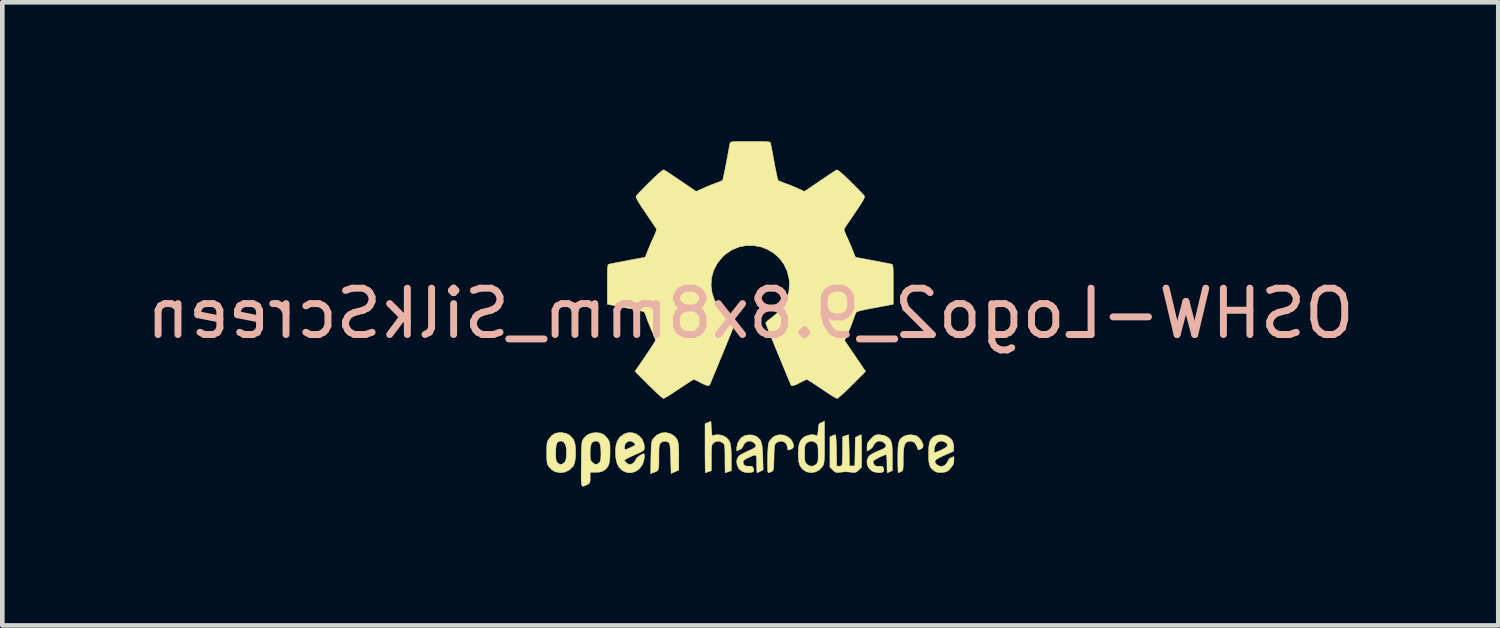
<source format=kicad_pcb>
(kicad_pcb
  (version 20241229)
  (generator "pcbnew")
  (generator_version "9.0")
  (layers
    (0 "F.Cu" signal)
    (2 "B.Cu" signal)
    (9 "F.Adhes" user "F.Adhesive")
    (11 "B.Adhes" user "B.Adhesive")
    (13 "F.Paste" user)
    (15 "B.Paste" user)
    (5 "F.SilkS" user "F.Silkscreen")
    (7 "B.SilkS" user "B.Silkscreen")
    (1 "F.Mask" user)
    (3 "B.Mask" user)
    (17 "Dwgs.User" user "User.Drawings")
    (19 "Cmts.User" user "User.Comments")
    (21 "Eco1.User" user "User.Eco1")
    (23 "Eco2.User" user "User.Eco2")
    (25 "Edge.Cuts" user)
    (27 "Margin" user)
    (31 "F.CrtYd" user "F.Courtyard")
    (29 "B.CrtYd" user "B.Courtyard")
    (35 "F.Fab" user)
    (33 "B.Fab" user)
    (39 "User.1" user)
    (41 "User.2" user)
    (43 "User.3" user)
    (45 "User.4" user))
  (footprint "OSHW-Logo2_9.8x8mm_SilkScreen"
    (layer "F.Cu")
    (at 13.149 3.717)
    (property "Reference" "OSHW-Logo2_9.8x8mm_SilkScreen" (at 0 0 0) (layer "B.SilkS") (effects (font (size 1 1) (thickness 0.15)) (justify mirror)))
    (attr exclude_from_pos_files exclude_from_bom)
    (fp_poly (pts (xy 3.571 2.637) (xy 3.594 2.647) (xy 3.65 2.691) (xy 3.698 2.755) (xy 3.727 2.823) (xy 3.732 2.857) (xy 3.716 2.904) (xy 3.68 2.928) (xy 3.643 2.943) (xy 3.625 2.946) (xy 3.617 2.926) (xy 3.6 2.882) (xy 3.593 2.863) (xy 3.552 2.794) (xy 3.493 2.76) (xy 3.417 2.761) (xy 3.411 2.763) (xy 3.37 2.782) (xy 3.34 2.819) (xy 3.32 2.88) (xy 3.308 2.968) (xy 3.303 3.088) (xy 3.302 3.152) (xy 3.302 3.252) (xy 3.3 3.321) (xy 3.296 3.365) (xy 3.287 3.39) (xy 3.274 3.405) (xy 3.253 3.416) (xy 3.252 3.416) (xy 3.213 3.433) (xy 3.194 3.439) (xy 3.191 3.42) (xy 3.188 3.369) (xy 3.186 3.292) (xy 3.185 3.196) (xy 3.185 3.125) (xy 3.186 2.989) (xy 3.19 2.885) (xy 3.2 2.808) (xy 3.216 2.752) (xy 3.24 2.711) (xy 3.274 2.679) (xy 3.308 2.656) (xy 3.388 2.626) (xy 3.482 2.62) (xy 3.571 2.637)) (stroke (width 0.01) (type solid)) (fill yes) (layer "F.SilkS"))
    (fp_poly (pts (xy -1.728 2.595) (xy -1.666 2.631) (xy -1.622 2.667) (xy -1.59 2.705) (xy -1.568 2.751) (xy -1.554 2.812) (xy -1.547 2.895) (xy -1.544 3.007) (xy -1.544 3.087) (xy -1.544 3.382) (xy -1.71 3.457) (xy -1.719 3.133) (xy -1.723 3.013) (xy -1.728 2.925) (xy -1.733 2.865) (xy -1.74 2.825) (xy -1.75 2.801) (xy -1.763 2.786) (xy -1.767 2.783) (xy -1.831 2.757) (xy -1.896 2.767) (xy -1.934 2.794) (xy -1.95 2.813) (xy -1.961 2.838) (xy -1.968 2.876) (xy -1.972 2.934) (xy -1.973 3.018) (xy -1.973 3.106) (xy -1.973 3.216) (xy -1.975 3.294) (xy -1.982 3.347) (xy -1.995 3.381) (xy -2.018 3.404) (xy -2.053 3.421) (xy -2.1 3.439) (xy -2.152 3.458) (xy -2.146 3.111) (xy -2.143 2.986) (xy -2.14 2.894) (xy -2.136 2.828) (xy -2.13 2.781) (xy -2.121 2.748) (xy -2.108 2.722) (xy -2.092 2.699) (xy -2.018 2.625) (xy -1.926 2.582) (xy -1.827 2.571) (xy -1.728 2.595)) (stroke (width 0.01) (type solid)) (fill yes) (layer "F.SilkS"))
    (fp_poly (pts (xy 0.713 2.625) (xy 0.802 2.657) (xy 0.874 2.715) (xy 0.902 2.756) (xy 0.933 2.831) (xy 0.932 2.885) (xy 0.9 2.921) (xy 0.888 2.928) (xy 0.837 2.947) (xy 0.81 2.942) (xy 0.802 2.91) (xy 0.801 2.892) (xy 0.785 2.826) (xy 0.742 2.78) (xy 0.683 2.758) (xy 0.617 2.763) (xy 0.564 2.792) (xy 0.546 2.809) (xy 0.533 2.829) (xy 0.524 2.859) (xy 0.519 2.907) (xy 0.515 2.978) (xy 0.512 3.08) (xy 0.511 3.112) (xy 0.509 3.222) (xy 0.506 3.3) (xy 0.501 3.351) (xy 0.494 3.383) (xy 0.483 3.401) (xy 0.467 3.412) (xy 0.457 3.417) (xy 0.413 3.433) (xy 0.388 3.439) (xy 0.379 3.421) (xy 0.374 3.365) (xy 0.372 3.272) (xy 0.374 3.141) (xy 0.374 3.121) (xy 0.377 3.002) (xy 0.381 2.914) (xy 0.386 2.853) (xy 0.393 2.809) (xy 0.404 2.778) (xy 0.419 2.751) (xy 0.427 2.74) (xy 0.472 2.69) (xy 0.522 2.651) (xy 0.528 2.647) (xy 0.618 2.62) (xy 0.713 2.625)) (stroke (width 0.01) (type solid)) (fill yes) (layer "F.SilkS"))
    (fp_poly (pts (xy -0.84 2.492) (xy -0.834 2.572) (xy -0.828 2.619) (xy -0.819 2.64) (xy -0.805 2.64) (xy -0.801 2.637) (xy -0.744 2.62) (xy -0.669 2.621) (xy -0.593 2.639) (xy -0.545 2.663) (xy -0.496 2.7) (xy -0.461 2.743) (xy -0.436 2.797) (xy -0.421 2.869) (xy -0.413 2.966) (xy -0.41 3.095) (xy -0.41 3.119) (xy -0.41 3.396) (xy -0.472 3.417) (xy -0.516 3.432) (xy -0.54 3.439) (xy -0.54 3.439) (xy -0.543 3.42) (xy -0.545 3.37) (xy -0.546 3.293) (xy -0.547 3.197) (xy -0.547 3.139) (xy -0.547 3.025) (xy -0.549 2.943) (xy -0.552 2.886) (xy -0.558 2.849) (xy -0.568 2.825) (xy -0.583 2.806) (xy -0.592 2.797) (xy -0.655 2.761) (xy -0.724 2.759) (xy -0.786 2.789) (xy -0.798 2.8) (xy -0.815 2.821) (xy -0.826 2.845) (xy -0.834 2.881) (xy -0.838 2.934) (xy -0.84 3.012) (xy -0.84 3.121) (xy -0.84 3.396) (xy -0.902 3.417) (xy -0.945 3.432) (xy -0.969 3.439) (xy -0.97 3.439) (xy -0.972 3.42) (xy -0.974 3.367) (xy -0.975 3.286) (xy -0.976 3.18) (xy -0.977 3.055) (xy -0.977 2.916) (xy -0.977 2.382) (xy -0.85 2.328) (xy -0.84 2.492)) (stroke (width 0.01) (type solid)) (fill yes) (layer "F.SilkS"))
    (fp_poly (pts (xy 2.396 2.637) (xy 2.399 2.688) (xy 2.401 2.766) (xy 2.403 2.865) (xy 2.403 2.968) (xy 2.403 3.319) (xy 2.341 3.38) (xy 2.299 3.418) (xy 2.261 3.434) (xy 2.21 3.433) (xy 2.19 3.43) (xy 2.127 3.423) (xy 2.074 3.419) (xy 2.061 3.419) (xy 2.018 3.421) (xy 1.957 3.427) (xy 1.933 3.43) (xy 1.874 3.435) (xy 1.834 3.425) (xy 1.795 3.394) (xy 1.781 3.38) (xy 1.719 3.319) (xy 1.719 2.664) (xy 1.769 2.641) (xy 1.812 2.624) (xy 1.837 2.618) (xy 1.844 2.637) (xy 1.85 2.689) (xy 1.855 2.768) (xy 1.859 2.87) (xy 1.861 2.955) (xy 1.866 3.292) (xy 1.913 3.299) (xy 1.955 3.294) (xy 1.976 3.279) (xy 1.982 3.251) (xy 1.987 3.192) (xy 1.99 3.108) (xy 1.992 3.009) (xy 1.993 2.957) (xy 1.993 2.661) (xy 2.054 2.64) (xy 2.098 2.625) (xy 2.122 2.618) (xy 2.122 2.618) (xy 2.125 2.637) (xy 2.127 2.688) (xy 2.13 2.766) (xy 2.132 2.864) (xy 2.134 2.955) (xy 2.139 3.292) (xy 2.257 3.292) (xy 2.262 2.985) (xy 2.267 2.677) (xy 2.325 2.648) (xy 2.367 2.627) (xy 2.392 2.618) (xy 2.392 2.618) (xy 2.396 2.637)) (stroke (width 0.01) (type solid)) (fill yes) (layer "F.SilkS"))
    (fp_poly (pts (xy -3.983 2.587) (xy -3.892 2.635) (xy -3.824 2.713) (xy -3.8 2.763) (xy -3.781 2.838) (xy -3.772 2.932) (xy -3.771 3.035) (xy -3.778 3.136) (xy -3.793 3.223) (xy -3.815 3.286) (xy -3.822 3.297) (xy -3.903 3.377) (xy -4 3.425) (xy -4.104 3.439) (xy -4.21 3.418) (xy -4.239 3.405) (xy -4.297 3.364) (xy -4.347 3.311) (xy -4.352 3.304) (xy -4.371 3.271) (xy -4.384 3.236) (xy -4.391 3.19) (xy -4.395 3.125) (xy -4.396 3.03) (xy -4.396 3.009) (xy -4.396 3.002) (xy -4.201 3.002) (xy -4.2 3.091) (xy -4.195 3.151) (xy -4.186 3.189) (xy -4.17 3.215) (xy -4.162 3.224) (xy -4.115 3.257) (xy -4.07 3.256) (xy -4.024 3.227) (xy -3.996 3.196) (xy -3.98 3.151) (xy -3.971 3.079) (xy -3.97 3.071) (xy -3.969 2.942) (xy -3.985 2.846) (xy -4.019 2.784) (xy -4.07 2.756) (xy -4.088 2.755) (xy -4.136 2.763) (xy -4.169 2.789) (xy -4.189 2.839) (xy -4.199 2.919) (xy -4.201 3.002) (xy -4.396 3.002) (xy -4.395 2.908) (xy -4.392 2.838) (xy -4.386 2.789) (xy -4.374 2.753) (xy -4.356 2.722) (xy -4.352 2.716) (xy -4.286 2.636) (xy -4.213 2.59) (xy -4.125 2.572) (xy -4.095 2.571) (xy -3.983 2.587)) (stroke (width 0.01) (type solid)) (fill yes) (layer "F.SilkS"))
    (fp_poly (pts (xy 4.245 2.648) (xy 4.323 2.698) (xy 4.36 2.744) (xy 4.389 2.826) (xy 4.392 2.891) (xy 4.386 2.977) (xy 4.186 3.065) (xy 4.089 3.11) (xy 4.025 3.146) (xy 3.992 3.177) (xy 3.986 3.207) (xy 4.005 3.241) (xy 4.025 3.263) (xy 4.084 3.298) (xy 4.148 3.301) (xy 4.207 3.273) (xy 4.25 3.218) (xy 4.258 3.199) (xy 4.295 3.138) (xy 4.338 3.113) (xy 4.396 3.09) (xy 4.396 3.174) (xy 4.391 3.231) (xy 4.371 3.279) (xy 4.328 3.334) (xy 4.322 3.342) (xy 4.275 3.391) (xy 4.234 3.417) (xy 4.183 3.429) (xy 4.141 3.433) (xy 4.066 3.434) (xy 4.012 3.421) (xy 3.979 3.403) (xy 3.926 3.362) (xy 3.89 3.318) (xy 3.867 3.262) (xy 3.854 3.187) (xy 3.85 3.084) (xy 3.849 3.032) (xy 3.851 2.97) (xy 3.968 2.97) (xy 3.97 3.003) (xy 3.973 3.009) (xy 3.996 3.001) (xy 4.044 2.982) (xy 4.109 2.954) (xy 4.122 2.948) (xy 4.204 2.906) (xy 4.249 2.87) (xy 4.259 2.835) (xy 4.236 2.801) (xy 4.216 2.785) (xy 4.145 2.755) (xy 4.079 2.76) (xy 4.024 2.797) (xy 3.986 2.863) (xy 3.973 2.916) (xy 3.968 2.97) (xy 3.851 2.97) (xy 3.852 2.911) (xy 3.861 2.821) (xy 3.879 2.755) (xy 3.909 2.707) (xy 3.953 2.669) (xy 3.972 2.656) (xy 4.059 2.624) (xy 4.154 2.622) (xy 4.245 2.648)) (stroke (width 0.01) (type solid)) (fill yes) (layer "F.SilkS"))
    (fp_poly (pts (xy 1.602 2.78) (xy 1.602 2.926) (xy 1.601 3.039) (xy 1.599 3.123) (xy 1.595 3.184) (xy 1.59 3.227) (xy 1.582 3.259) (xy 1.571 3.283) (xy 1.563 3.297) (xy 1.497 3.373) (xy 1.412 3.421) (xy 1.319 3.438) (xy 1.226 3.423) (xy 1.17 3.394) (xy 1.112 3.346) (xy 1.072 3.286) (xy 1.048 3.209) (xy 1.037 3.105) (xy 1.036 3.028) (xy 1.036 3.023) (xy 1.172 3.023) (xy 1.173 3.11) (xy 1.177 3.168) (xy 1.186 3.206) (xy 1.201 3.233) (xy 1.22 3.254) (xy 1.283 3.294) (xy 1.351 3.297) (xy 1.415 3.264) (xy 1.42 3.26) (xy 1.441 3.236) (xy 1.455 3.208) (xy 1.462 3.167) (xy 1.465 3.102) (xy 1.465 3.031) (xy 1.464 2.942) (xy 1.46 2.882) (xy 1.451 2.843) (xy 1.436 2.815) (xy 1.423 2.8) (xy 1.364 2.763) (xy 1.295 2.758) (xy 1.23 2.787) (xy 1.218 2.797) (xy 1.196 2.821) (xy 1.183 2.849) (xy 1.176 2.891) (xy 1.173 2.956) (xy 1.172 3.023) (xy 1.036 3.023) (xy 1.04 2.906) (xy 1.056 2.814) (xy 1.087 2.744) (xy 1.134 2.69) (xy 1.17 2.663) (xy 1.237 2.633) (xy 1.314 2.619) (xy 1.386 2.622) (xy 1.426 2.637) (xy 1.442 2.642) (xy 1.453 2.626) (xy 1.46 2.583) (xy 1.465 2.518) (xy 1.471 2.446) (xy 1.48 2.402) (xy 1.495 2.377) (xy 1.522 2.361) (xy 1.539 2.354) (xy 1.602 2.327) (xy 1.602 2.78)) (stroke (width 0.01) (type solid)) (fill yes) (layer "F.SilkS"))
    (fp_poly (pts (xy -2.466 2.6) (xy -2.389 2.652) (xy -2.329 2.726) (xy -2.294 2.822) (xy -2.286 2.892) (xy -2.287 2.921) (xy -2.294 2.943) (xy -2.313 2.963) (xy -2.35 2.986) (xy -2.41 3.015) (xy -2.5 3.055) (xy -2.501 3.055) (xy -2.584 3.093) (xy -2.652 3.127) (xy -2.698 3.153) (xy -2.716 3.167) (xy -2.716 3.167) (xy -2.701 3.199) (xy -2.665 3.233) (xy -2.624 3.258) (xy -2.603 3.263) (xy -2.546 3.246) (xy -2.497 3.203) (xy -2.474 3.156) (xy -2.451 3.122) (xy -2.406 3.082) (xy -2.353 3.048) (xy -2.306 3.029) (xy -2.297 3.028) (xy -2.286 3.045) (xy -2.285 3.088) (xy -2.293 3.146) (xy -2.308 3.207) (xy -2.329 3.261) (xy -2.33 3.264) (xy -2.392 3.351) (xy -2.473 3.41) (xy -2.565 3.439) (xy -2.66 3.436) (xy -2.752 3.397) (xy -2.756 3.395) (xy -2.828 3.33) (xy -2.875 3.245) (xy -2.901 3.133) (xy -2.905 3.102) (xy -2.911 2.954) (xy -2.903 2.884) (xy -2.716 2.884) (xy -2.713 2.928) (xy -2.7 2.94) (xy -2.667 2.931) (xy -2.615 2.908) (xy -2.556 2.881) (xy -2.555 2.88) (xy -2.505 2.854) (xy -2.485 2.836) (xy -2.49 2.818) (xy -2.511 2.794) (xy -2.563 2.759) (xy -2.62 2.757) (xy -2.671 2.782) (xy -2.706 2.831) (xy -2.716 2.884) (xy -2.903 2.884) (xy -2.898 2.835) (xy -2.865 2.741) (xy -2.82 2.675) (xy -2.737 2.609) (xy -2.646 2.576) (xy -2.554 2.574) (xy -2.466 2.6)) (stroke (width 0.01) (type solid)) (fill yes) (layer "F.SilkS"))
    (fp_poly (pts (xy 0.054 2.626) (xy 0.13 2.655) (xy 0.131 2.655) (xy 0.178 2.69) (xy 0.213 2.731) (xy 0.238 2.784) (xy 0.254 2.856) (xy 0.264 2.953) (xy 0.27 3.082) (xy 0.27 3.1) (xy 0.277 3.377) (xy 0.218 3.408) (xy 0.175 3.429) (xy 0.149 3.439) (xy 0.148 3.439) (xy 0.143 3.421) (xy 0.139 3.372) (xy 0.137 3.3) (xy 0.137 3.242) (xy 0.137 3.148) (xy 0.132 3.089) (xy 0.118 3.061) (xy 0.085 3.06) (xy 0.03 3.081) (xy -0.054 3.12) (xy -0.115 3.153) (xy -0.147 3.181) (xy -0.156 3.212) (xy -0.156 3.213) (xy -0.141 3.266) (xy -0.095 3.295) (xy -0.026 3.299) (xy 0.024 3.298) (xy 0.051 3.313) (xy 0.067 3.347) (xy 0.077 3.391) (xy 0.063 3.416) (xy 0.058 3.42) (xy 0.009 3.434) (xy -0.058 3.437) (xy -0.128 3.427) (xy -0.178 3.41) (xy -0.246 3.351) (xy -0.285 3.27) (xy -0.293 3.207) (xy -0.287 3.15) (xy -0.266 3.104) (xy -0.224 3.062) (xy -0.155 3.021) (xy -0.055 2.974) (xy -0.049 2.971) (xy 0.041 2.93) (xy 0.097 2.895) (xy 0.121 2.865) (xy 0.116 2.833) (xy 0.084 2.797) (xy 0.075 2.789) (xy 0.012 2.757) (xy -0.054 2.758) (xy -0.111 2.79) (xy -0.149 2.848) (xy -0.152 2.859) (xy -0.187 2.915) (xy -0.23 2.942) (xy -0.293 2.968) (xy -0.293 2.9) (xy -0.274 2.8) (xy -0.217 2.709) (xy -0.188 2.678) (xy -0.12 2.639) (xy -0.035 2.622) (xy 0.054 2.626)) (stroke (width 0.01) (type solid)) (fill yes) (layer "F.SilkS"))
    (fp_poly (pts (xy -3.231 2.585) (xy -3.156 2.622) (xy -3.091 2.69) (xy -3.072 2.716) (xy -3.053 2.749) (xy -3.04 2.785) (xy -3.032 2.833) (xy -3.029 2.903) (xy -3.028 2.994) (xy -3.032 3.12) (xy -3.043 3.214) (xy -3.065 3.285) (xy -3.1 3.338) (xy -3.149 3.383) (xy -3.153 3.385) (xy -3.202 3.412) (xy -3.261 3.426) (xy -3.336 3.429) (xy -3.458 3.429) (xy -3.458 3.547) (xy -3.459 3.613) (xy -3.466 3.652) (xy -3.484 3.675) (xy -3.519 3.695) (xy -3.527 3.699) (xy -3.566 3.718) (xy -3.596 3.729) (xy -3.619 3.73) (xy -3.635 3.717) (xy -3.645 3.685) (xy -3.65 3.63) (xy -3.652 3.549) (xy -3.652 3.437) (xy -3.65 3.292) (xy -3.65 3.248) (xy -3.648 3.098) (xy -3.646 3) (xy -3.458 3) (xy -3.457 3.083) (xy -3.453 3.138) (xy -3.442 3.174) (xy -3.423 3.201) (xy -3.41 3.215) (xy -3.358 3.254) (xy -3.312 3.258) (xy -3.264 3.225) (xy -3.263 3.224) (xy -3.244 3.199) (xy -3.232 3.164) (xy -3.226 3.112) (xy -3.224 3.031) (xy -3.224 3.013) (xy -3.228 2.902) (xy -3.243 2.825) (xy -3.269 2.778) (xy -3.309 2.757) (xy -3.332 2.755) (xy -3.387 2.765) (xy -3.425 2.798) (xy -3.447 2.858) (xy -3.457 2.95) (xy -3.458 3) (xy -3.646 3) (xy -3.646 2.982) (xy -3.643 2.895) (xy -3.639 2.831) (xy -3.634 2.786) (xy -3.627 2.754) (xy -3.617 2.73) (xy -3.604 2.709) (xy -3.598 2.701) (xy -3.525 2.627) (xy -3.432 2.584) (xy -3.325 2.573) (xy -3.231 2.585)) (stroke (width 0.01) (type solid)) (fill yes) (layer "F.SilkS"))
    (fp_poly (pts (xy 2.887 2.634) (xy 2.944 2.659) (xy 2.988 2.69) (xy 3.02 2.725) (xy 3.042 2.77) (xy 3.057 2.831) (xy 3.064 2.915) (xy 3.067 3.028) (xy 3.068 3.103) (xy 3.068 3.393) (xy 3.018 3.416) (xy 2.979 3.433) (xy 2.959 3.439) (xy 2.955 3.421) (xy 2.952 3.372) (xy 2.951 3.3) (xy 2.95 3.243) (xy 2.949 3.161) (xy 2.944 3.096) (xy 2.938 3.056) (xy 2.933 3.048) (xy 2.898 3.057) (xy 2.844 3.079) (xy 2.781 3.109) (xy 2.72 3.141) (xy 2.674 3.17) (xy 2.652 3.19) (xy 2.652 3.19) (xy 2.654 3.227) (xy 2.671 3.262) (xy 2.7 3.291) (xy 2.743 3.3) (xy 2.78 3.299) (xy 2.832 3.298) (xy 2.859 3.31) (xy 2.876 3.343) (xy 2.878 3.349) (xy 2.885 3.395) (xy 2.866 3.423) (xy 2.816 3.436) (xy 2.763 3.438) (xy 2.666 3.42) (xy 2.616 3.394) (xy 2.554 3.333) (xy 2.522 3.258) (xy 2.519 3.178) (xy 2.546 3.104) (xy 2.588 3.058) (xy 2.63 3.032) (xy 2.695 2.999) (xy 2.771 2.966) (xy 2.784 2.96) (xy 2.867 2.924) (xy 2.916 2.891) (xy 2.931 2.859) (xy 2.917 2.822) (xy 2.892 2.794) (xy 2.833 2.759) (xy 2.768 2.756) (xy 2.709 2.783) (xy 2.666 2.837) (xy 2.661 2.851) (xy 2.628 2.902) (xy 2.581 2.94) (xy 2.52 2.971) (xy 2.52 2.883) (xy 2.524 2.829) (xy 2.539 2.787) (xy 2.573 2.741) (xy 2.605 2.706) (xy 2.655 2.657) (xy 2.694 2.631) (xy 2.736 2.62) (xy 2.783 2.618) (xy 2.887 2.634)) (stroke (width 0.01) (type solid)) (fill yes) (layer "F.SilkS"))
    (fp_poly (pts (xy 0.14 -3.712) (xy 0.246 -3.712) (xy 0.322 -3.71) (xy 0.374 -3.707) (xy 0.407 -3.702) (xy 0.426 -3.695) (xy 0.435 -3.684) (xy 0.439 -3.67) (xy 0.44 -3.668) (xy 0.446 -3.636) (xy 0.459 -3.572) (xy 0.476 -3.483) (xy 0.496 -3.376) (xy 0.518 -3.258) (xy 0.518 -3.254) (xy 0.54 -3.138) (xy 0.561 -3.036) (xy 0.579 -2.953) (xy 0.592 -2.897) (xy 0.601 -2.872) (xy 0.601 -2.871) (xy 0.626 -2.859) (xy 0.676 -2.839) (xy 0.742 -2.814) (xy 0.742 -2.814) (xy 0.825 -2.783) (xy 0.923 -2.744) (xy 1.015 -2.704) (xy 1.019 -2.702) (xy 1.169 -2.634) (xy 1.501 -2.86) (xy 1.603 -2.929) (xy 1.696 -2.991) (xy 1.773 -3.042) (xy 1.83 -3.079) (xy 1.861 -3.098) (xy 1.864 -3.099) (xy 1.887 -3.093) (xy 1.93 -3.063) (xy 1.994 -3.008) (xy 2.081 -2.927) (xy 2.171 -2.84) (xy 2.256 -2.755) (xy 2.333 -2.677) (xy 2.397 -2.611) (xy 2.442 -2.563) (xy 2.464 -2.536) (xy 2.464 -2.535) (xy 2.467 -2.517) (xy 2.458 -2.487) (xy 2.435 -2.441) (xy 2.395 -2.376) (xy 2.338 -2.288) (xy 2.261 -2.173) (xy 2.193 -2.073) (xy 2.132 -1.983) (xy 2.081 -1.908) (xy 2.045 -1.854) (xy 2.027 -1.827) (xy 2.026 -1.825) (xy 2.028 -1.798) (xy 2.045 -1.747) (xy 2.073 -1.68) (xy 2.083 -1.659) (xy 2.127 -1.564) (xy 2.173 -1.456) (xy 2.211 -1.363) (xy 2.238 -1.294) (xy 2.26 -1.241) (xy 2.272 -1.214) (xy 2.274 -1.211) (xy 2.297 -1.208) (xy 2.351 -1.198) (xy 2.429 -1.184) (xy 2.524 -1.166) (xy 2.628 -1.146) (xy 2.735 -1.126) (xy 2.837 -1.107) (xy 2.927 -1.089) (xy 2.998 -1.075) (xy 3.042 -1.066) (xy 3.053 -1.063) (xy 3.064 -1.057) (xy 3.073 -1.042) (xy 3.079 -1.015) (xy 3.083 -0.97) (xy 3.085 -0.902) (xy 3.087 -0.806) (xy 3.087 -0.678) (xy 3.087 -0.625) (xy 3.087 -0.198) (xy 2.985 -0.178) (xy 2.927 -0.167) (xy 2.842 -0.151) (xy 2.739 -0.132) (xy 2.629 -0.111) (xy 2.599 -0.106) (xy 2.497 -0.086) (xy 2.408 -0.067) (xy 2.34 -0.049) (xy 2.3 -0.036) (xy 2.293 -0.032) (xy 2.277 -0.004) (xy 2.253 0.051) (xy 2.227 0.122) (xy 2.222 0.137) (xy 2.188 0.231) (xy 2.146 0.337) (xy 2.104 0.432) (xy 2.104 0.433) (xy 2.035 0.583) (xy 2.49 1.252) (xy 2.197 1.544) (xy 2.109 1.631) (xy 2.029 1.708) (xy 1.96 1.77) (xy 1.909 1.814) (xy 1.879 1.835) (xy 1.874 1.837) (xy 1.849 1.826) (xy 1.797 1.797) (xy 1.725 1.752) (xy 1.637 1.695) (xy 1.543 1.631) (xy 1.447 1.567) (xy 1.361 1.51) (xy 1.291 1.466) (xy 1.242 1.437) (xy 1.221 1.426) (xy 1.194 1.435) (xy 1.144 1.458) (xy 1.08 1.491) (xy 1.074 1.494) (xy 0.988 1.537) (xy 0.929 1.558) (xy 0.893 1.559) (xy 0.874 1.539) (xy 0.874 1.539) (xy 0.864 1.515) (xy 0.841 1.46) (xy 0.807 1.378) (xy 0.763 1.272) (xy 0.712 1.147) (xy 0.654 1.007) (xy 0.598 0.872) (xy 0.536 0.722) (xy 0.48 0.584) (xy 0.43 0.461) (xy 0.389 0.357) (xy 0.358 0.277) (xy 0.338 0.225) (xy 0.332 0.206) (xy 0.347 0.183) (xy 0.386 0.148) (xy 0.439 0.109) (xy 0.588 -0.015) (xy 0.705 -0.156) (xy 0.787 -0.313) (xy 0.834 -0.482) (xy 0.845 -0.66) (xy 0.837 -0.742) (xy 0.796 -0.913) (xy 0.724 -1.064) (xy 0.627 -1.193) (xy 0.509 -1.299) (xy 0.374 -1.381) (xy 0.227 -1.437) (xy 0.072 -1.465) (xy -0.087 -1.465) (xy -0.244 -1.435) (xy -0.396 -1.372) (xy -0.538 -1.277) (xy -0.597 -1.222) (xy -0.711 -1.083) (xy -0.79 -0.932) (xy -0.835 -0.771) (xy -0.847 -0.607) (xy -0.825 -0.443) (xy -0.772 -0.284) (xy -0.686 -0.134) (xy -0.569 0.002) (xy -0.439 0.109) (xy -0.384 0.15) (xy -0.346 0.185) (xy -0.332 0.206) (xy -0.339 0.229) (xy -0.36 0.283) (xy -0.392 0.366) (xy -0.434 0.471) (xy -0.485 0.596) (xy -0.542 0.736) (xy -0.598 0.872) (xy -0.66 1.021) (xy -0.717 1.16) (xy -0.768 1.283) (xy -0.811 1.387) (xy -0.844 1.467) (xy -0.866 1.519) (xy -0.874 1.539) (xy -0.893 1.558) (xy -0.929 1.558) (xy -0.988 1.537) (xy -1.073 1.495) (xy -1.074 1.494) (xy -1.138 1.461) (xy -1.19 1.437) (xy -1.219 1.426) (xy -1.221 1.426) (xy -1.243 1.437) (xy -1.292 1.466) (xy -1.362 1.511) (xy -1.447 1.567) (xy -1.543 1.631) (xy -1.639 1.696) (xy -1.727 1.753) (xy -1.799 1.797) (xy -1.85 1.826) (xy -1.874 1.837) (xy -1.897 1.823) (xy -1.942 1.786) (xy -2.006 1.729) (xy -2.083 1.656) (xy -2.169 1.572) (xy -2.198 1.544) (xy -2.49 1.251) (xy -2.267 0.925) (xy -2.2 0.825) (xy -2.14 0.735) (xy -2.093 0.661) (xy -2.06 0.607) (xy -2.045 0.579) (xy -2.045 0.577) (xy -2.053 0.551) (xy -2.073 0.498) (xy -2.103 0.427) (xy -2.124 0.38) (xy -2.164 0.29) (xy -2.201 0.198) (xy -2.23 0.121) (xy -2.237 0.098) (xy -2.26 0.035) (xy -2.281 -0.014) (xy -2.293 -0.032) (xy -2.319 -0.043) (xy -2.377 -0.059) (xy -2.458 -0.078) (xy -2.555 -0.098) (xy -2.599 -0.106) (xy -2.709 -0.126) (xy -2.815 -0.146) (xy -2.906 -0.163) (xy -2.972 -0.175) (xy -2.985 -0.178) (xy -3.087 -0.198) (xy -3.087 -0.625) (xy -3.087 -0.766) (xy -3.086 -0.872) (xy -3.084 -0.949) (xy -3.08 -1.002) (xy -3.075 -1.035) (xy -3.067 -1.053) (xy -3.057 -1.062) (xy -3.053 -1.063) (xy -3.028 -1.069) (xy -2.972 -1.08) (xy -2.892 -1.096) (xy -2.796 -1.114) (xy -2.691 -1.134) (xy -2.585 -1.155) (xy -2.483 -1.174) (xy -2.395 -1.19) (xy -2.325 -1.203) (xy -2.283 -1.21) (xy -2.274 -1.211) (xy -2.265 -1.228) (xy -2.246 -1.273) (xy -2.221 -1.338) (xy -2.211 -1.363) (xy -2.171 -1.46) (xy -2.125 -1.568) (xy -2.083 -1.659) (xy -2.052 -1.728) (xy -2.032 -1.785) (xy -2.025 -1.82) (xy -2.026 -1.825) (xy -2.041 -1.847) (xy -2.074 -1.896) (xy -2.121 -1.967) (xy -2.181 -2.055) (xy -2.248 -2.154) (xy -2.261 -2.173) (xy -2.339 -2.289) (xy -2.396 -2.377) (xy -2.435 -2.442) (xy -2.458 -2.487) (xy -2.467 -2.516) (xy -2.465 -2.535) (xy -2.464 -2.535) (xy -2.445 -2.559) (xy -2.402 -2.605) (xy -2.341 -2.669) (xy -2.265 -2.746) (xy -2.18 -2.831) (xy -2.171 -2.84) (xy -2.063 -2.944) (xy -1.98 -3.02) (xy -1.92 -3.07) (xy -1.882 -3.096) (xy -1.864 -3.099) (xy -1.84 -3.085) (xy -1.788 -3.052) (xy -1.714 -3.004) (xy -1.625 -2.944) (xy -1.525 -2.876) (xy -1.501 -2.86) (xy -1.169 -2.634) (xy -1.019 -2.702) (xy -0.928 -2.741) (xy -0.83 -2.781) (xy -0.746 -2.813) (xy -0.742 -2.814) (xy -0.677 -2.838) (xy -0.626 -2.859) (xy -0.601 -2.871) (xy -0.601 -2.871) (xy -0.593 -2.893) (xy -0.58 -2.948) (xy -0.562 -3.029) (xy -0.542 -3.129) (xy -0.52 -3.244) (xy -0.518 -3.254) (xy -0.496 -3.372) (xy -0.476 -3.479) (xy -0.459 -3.569) (xy -0.447 -3.634) (xy -0.44 -3.668) (xy -0.44 -3.668) (xy -0.435 -3.683) (xy -0.427 -3.693) (xy -0.41 -3.701) (xy -0.379 -3.707) (xy -0.329 -3.71) (xy -0.256 -3.712) (xy -0.153 -3.712) (xy -0.018 -3.712) (xy 0 -3.712) (xy 0.14 -3.712)) (stroke (width 0.01) (type solid)) (fill yes) (layer "F.SilkS")))
  (gr_rect
    (start -3 -3)
    (end 29.298 10.453)
    (stroke (width 0.1) (type default))
    (fill no)
    (layer "Edge.Cuts")))
</source>
